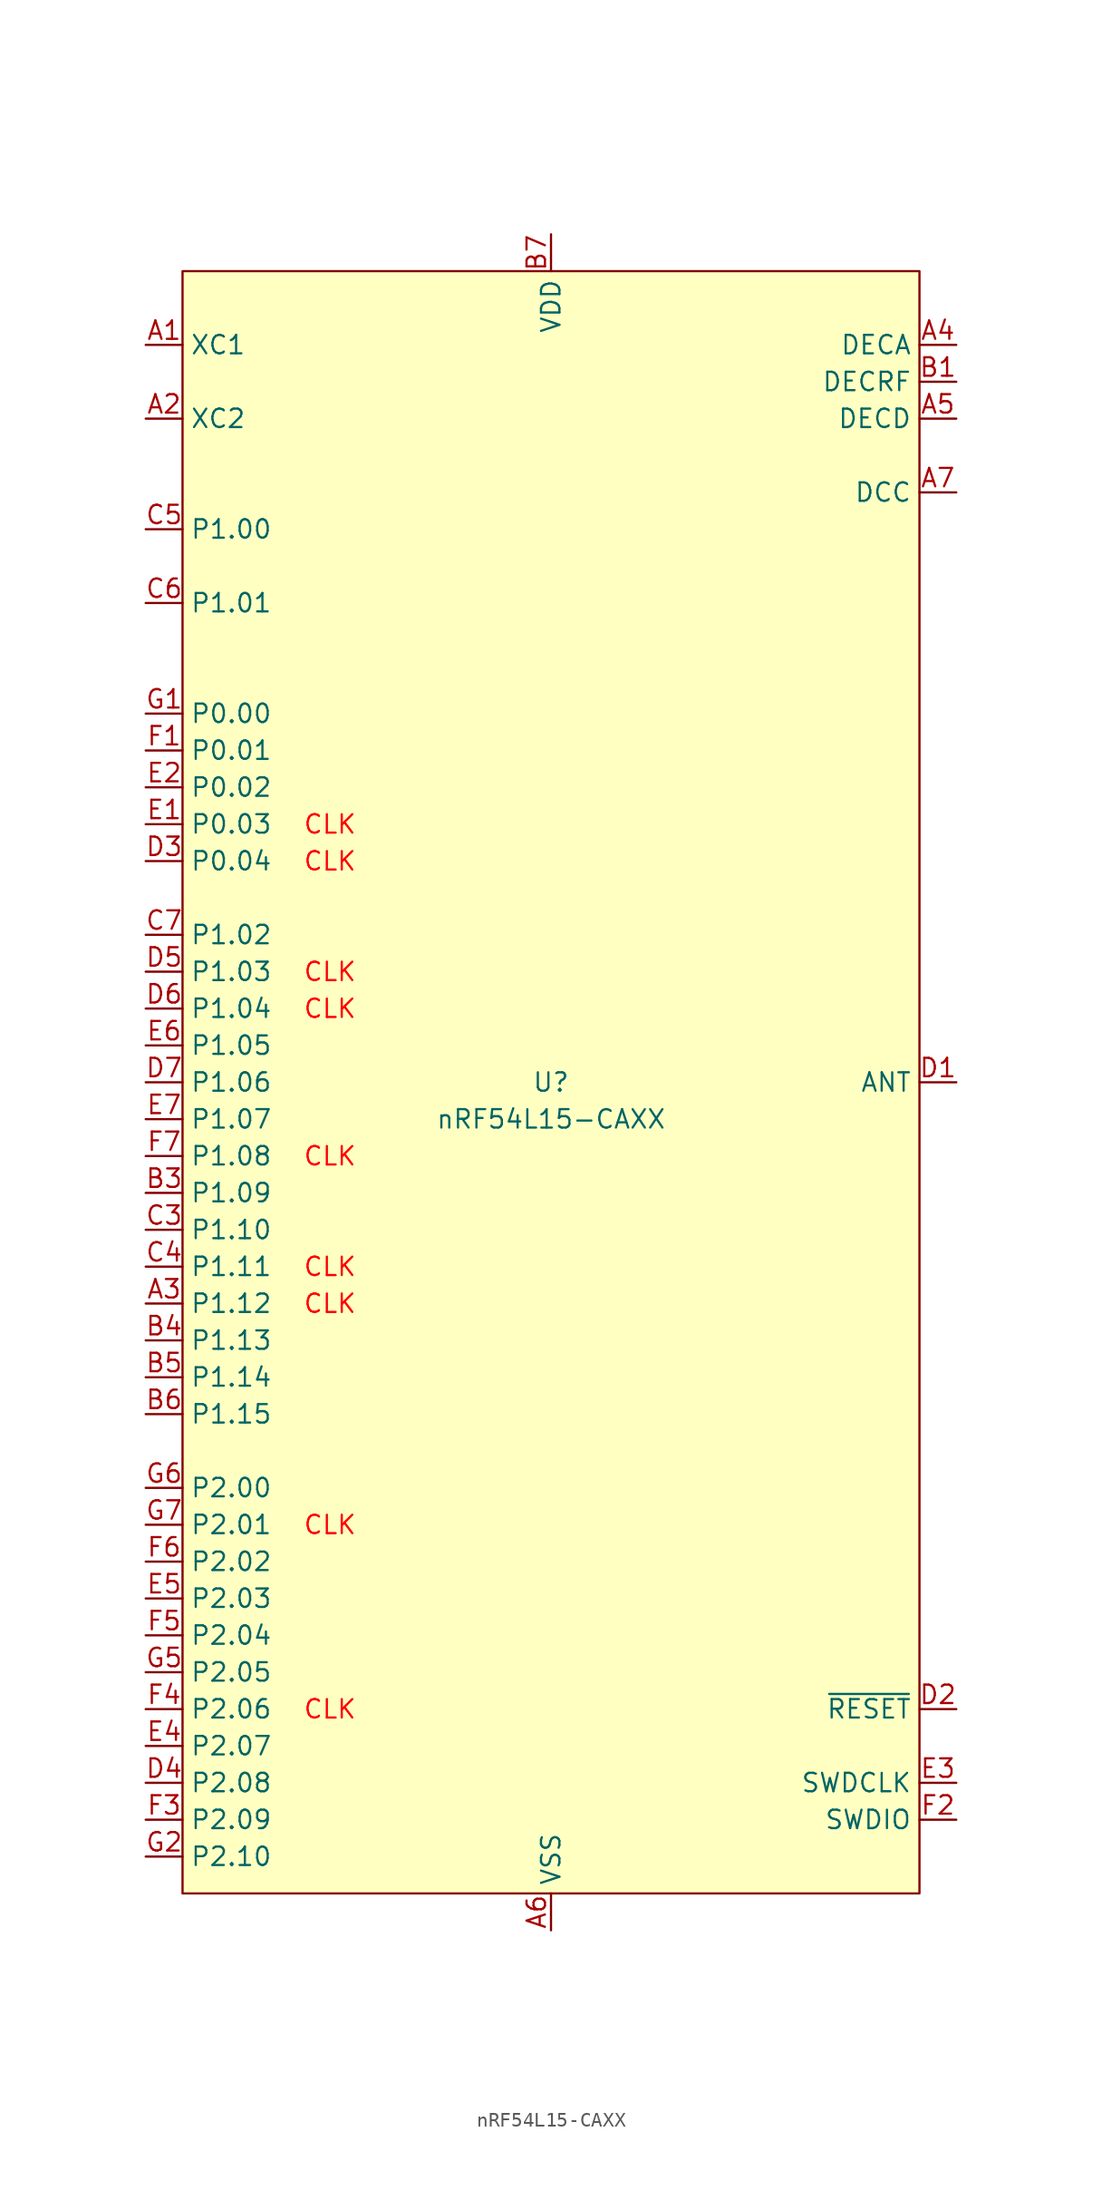
<source format=kicad_sym>
(kicad_symbol_lib
  (version 20241209)
  (generator "kicad_symbol_editor")
  (generator_version "9.0")
  (symbol "nRF54L15-CAXX"
    (property "Reference" "U"
      (at 0 0 0)
      (effects (font (size 1.27 1.27))))
    (property "Value" "nRF54L15-CAXX"
      (at 0 -2.54 0)
      (effects (font (size 1.27 1.27))))
    (symbol "nRF54L15-CAXX_1_0"
      (pin bidirectional line (at -27.94 50.8 0) (length 2.54) (name "XC1" (effects (font (size 1.27 1.27)))) (number "A1" (effects (font (size 1.27 1.27)))))
      (pin bidirectional line (at -27.94 45.72 0) (length 2.54) (name "XC2" (effects (font (size 1.27 1.27)))) (number "A2" (effects (font (size 1.27 1.27)))))
      (pin bidirectional line (at -27.94 38.1 0) (length 2.54) (name "P1.00" (effects (font (size 1.27 1.27)))) (number "C5" (effects (font (size 1.27 1.27)))) (alternate "XL1" bidirectional line))
      (pin bidirectional line (at -27.94 33.02 0) (length 2.54) (name "P1.01" (effects (font (size 1.27 1.27)))) (number "C6" (effects (font (size 1.27 1.27)))) (alternate "XL2" bidirectional line))
      (pin bidirectional line (at -27.94 25.4 0) (length 2.54) (name "P0.00" (effects (font (size 1.27 1.27)))) (number "G1" (effects (font (size 1.27 1.27)))))
      (pin bidirectional line (at -27.94 22.86 0) (length 2.54) (name "P0.01" (effects (font (size 1.27 1.27)))) (number "F1" (effects (font (size 1.27 1.27)))))
      (pin bidirectional line (at -27.94 20.32 0) (length 2.54) (name "P0.02" (effects (font (size 1.27 1.27)))) (number "E2" (effects (font (size 1.27 1.27)))))
      (pin bidirectional line (at -27.94 17.78 0) (length 2.54) (name "P0.03" (effects (font (size 1.27 1.27)))) (number "E1" (effects (font (size 1.27 1.27)))) (alternate "GRTCPWM" output line))
      (pin bidirectional line (at -27.94 15.24 0) (length 2.54) (name "P0.04" (effects (font (size 1.27 1.27)))) (number "D3" (effects (font (size 1.27 1.27)))) (alternate "GRTCLFCLKOUT" output line))
      (pin bidirectional line (at -27.94 10.16 0) (length 2.54) (name "P1.02" (effects (font (size 1.27 1.27)))) (number "C7" (effects (font (size 1.27 1.27)))) (alternate "NFC1" bidirectional line))
      (pin bidirectional line (at -27.94 7.62 0) (length 2.54) (name "P1.03" (effects (font (size 1.27 1.27)))) (number "D5" (effects (font (size 1.27 1.27)))) (alternate "NFC2" bidirectional line))
      (pin bidirectional line (at -27.94 5.08 0) (length 2.54) (name "P1.04" (effects (font (size 1.27 1.27)))) (number "D6" (effects (font (size 1.27 1.27)))) (alternate "AIN0" input line) (alternate "ASO[0]" output line))
      (pin bidirectional line (at -27.94 2.54 0) (length 2.54) (name "P1.05" (effects (font (size 1.27 1.27)))) (number "E6" (effects (font (size 1.27 1.27)))) (alternate "AIN1" bidirectional line) (alternate "ASI[0]" input line))
      (pin bidirectional line (at -27.94 0 0) (length 2.54) (name "P1.06" (effects (font (size 1.27 1.27)))) (number "D7" (effects (font (size 1.27 1.27)))) (alternate "AIN2" input line) (alternate "ASO[1]" output line))
      (pin bidirectional line (at -27.94 -2.54 0) (length 2.54) (name "P1.07" (effects (font (size 1.27 1.27)))) (number "E7" (effects (font (size 1.27 1.27)))) (alternate "AIN3" input line) (alternate "ASI[1]" input line))
      (pin bidirectional line (at -27.94 -5.08 0) (length 2.54) (name "P1.08" (effects (font (size 1.27 1.27)))) (number "F7" (effects (font (size 1.27 1.27)))) (alternate "EXTREF" input line) (alternate "GRTCHFOUT" output line) (alternate "TAMPC.EXT" bidirectional line))
      (pin bidirectional line (at -27.94 -7.62 0) (length 2.54) (name "P1.09" (effects (font (size 1.27 1.27)))) (number "B3" (effects (font (size 1.27 1.27)))) (alternate "ASO[2]" output line) (alternate "RADIO[0]" bidirectional line))
      (pin bidirectional line (at -27.94 -10.16 0) (length 2.54) (name "P1.10" (effects (font (size 1.27 1.27)))) (number "C3" (effects (font (size 1.27 1.27)))) (alternate "ASI[2]" input line) (alternate "RADIO[1]" bidirectional line))
      (pin bidirectional line (at -27.94 -12.7 0) (length 2.54) (name "P1.11" (effects (font (size 1.27 1.27)))) (number "C4" (effects (font (size 1.27 1.27)))) (alternate "AIN4" input line) (alternate "ASO[3]" output line))
      (pin bidirectional line (at -27.94 -15.24 0) (length 2.54) (name "P1.12" (effects (font (size 1.27 1.27)))) (number "A3" (effects (font (size 1.27 1.27)))) (alternate "AIN5" input line) (alternate "ASI[3]" input line) (alternate "RADIO[3]" bidirectional line))
      (pin bidirectional line (at -27.94 -17.78 0) (length 2.54) (name "P1.13" (effects (font (size 1.27 1.27)))) (number "B4" (effects (font (size 1.27 1.27)))) (alternate "AIN6" input line))
      (pin bidirectional line (at -27.94 -20.32 0) (length 2.54) (name "P1.14" (effects (font (size 1.27 1.27)))) (number "B5" (effects (font (size 1.27 1.27)))) (alternate "AIN7" input line) (alternate "RADIO[5]" bidirectional line))
      (pin bidirectional line (at -27.94 -22.86 0) (length 2.54) (name "P1.15" (effects (font (size 1.27 1.27)))) (number "B6" (effects (font (size 1.27 1.27)))))
      (pin bidirectional line (at -27.94 -27.94 0) (length 2.54) (name "P2.00" (effects (font (size 1.27 1.27)))) (number "G6" (effects (font (size 1.27 1.27)))) (alternate "QSPI_D3" bidirectional line) (alternate "SPIM_DCX" output line) (alternate "UARTE_RXD" input line))
      (pin bidirectional line (at -27.94 -30.48 0) (length 2.54) (name "P2.01" (effects (font (size 1.27 1.27)))) (number "G7" (effects (font (size 1.27 1.27)))) (alternate "QSPI_SCK" output line) (alternate "SPIM_SCK" output line) (alternate "SPIS_SCK" output line))
      (pin bidirectional line (at -27.94 -33.02 0) (length 2.54) (name "P2.02" (effects (font (size 1.27 1.27)))) (number "F6" (effects (font (size 1.27 1.27)))) (alternate "QSPI_D0" bidirectional line) (alternate "SPIM_MOSI" output line) (alternate "SPIS_MISO" output line) (alternate "SWO" output line) (alternate "UARTE_TXD" output line))
      (pin bidirectional line (at -27.94 -35.56 0) (length 2.54) (name "P2.03" (effects (font (size 1.27 1.27)))) (number "E5" (effects (font (size 1.27 1.27)))) (alternate "QSPI_D2" bidirectional line))
      (pin bidirectional line (at -27.94 -38.1 0) (length 2.54) (name "P2.04" (effects (font (size 1.27 1.27)))) (number "F5" (effects (font (size 1.27 1.27)))) (alternate "QSPI_D1" bidirectional line) (alternate "SPIM_MISO" input line) (alternate "SPIS_MOSI" input line) (alternate "UARTE_CTS" input line))
      (pin bidirectional line (at -27.94 -40.64 0) (length 2.54) (name "P2.05" (effects (font (size 1.27 1.27)))) (number "G5" (effects (font (size 1.27 1.27)))) (alternate "QSPI_CS" output line) (alternate "SPIM_CS" output line) (alternate "UARTE_RTS" output line))
      (pin bidirectional line (at -27.94 -43.18 0) (length 2.54) (name "P2.06" (effects (font (size 1.27 1.27)))) (number "F4" (effects (font (size 1.27 1.27)))) (alternate "SPIM_SCK" output line) (alternate "SPIS_SCK" input line) (alternate "TRACE_CLK" input line))
      (pin bidirectional line (at -27.94 -45.72 0) (length 2.54) (name "P2.07" (effects (font (size 1.27 1.27)))) (number "E4" (effects (font (size 1.27 1.27)))) (alternate "SPIM_DCX" output line) (alternate "SWO" output line) (alternate "TRACEDATA[0]" output line) (alternate "UARTE_RXD" input line))
      (pin bidirectional line (at -27.94 -48.26 0) (length 2.54) (name "P2.08" (effects (font (size 1.27 1.27)))) (number "D4" (effects (font (size 1.27 1.27)))) (alternate "SPIM_MOSI" output line) (alternate "SPIS_MISO" input line) (alternate "TRACEDATA[1]" output line) (alternate "UARTE_TXD" output line))
      (pin bidirectional line (at -27.94 -50.8 0) (length 2.54) (name "P2.09" (effects (font (size 1.27 1.27)))) (number "F3" (effects (font (size 1.27 1.27)))) (alternate "SPIM_MISO" input line) (alternate "SPIS_MOSI" input line) (alternate "TRACEDATA[2]" output line) (alternate "UARTE_CTS" input line))
      (pin bidirectional line (at -27.94 -53.34 0) (length 2.54) (name "P2.10" (effects (font (size 1.27 1.27)))) (number "G2" (effects (font (size 1.27 1.27)))) (alternate "SPIM_CS" output line) (alternate "TRACEDATA[3]" output line) (alternate "UARTE_RTS" output line))
      (pin power_in line (at 0 58.42 270) (length 2.54) (name "VDD" (effects (font (size 1.27 1.27)))) (number "B7" (effects (font (size 1.27 1.27)))))
      (pin passive line (at 0 58.42 270) (length 2.54) (hide yes) (name "VDD" (effects (font (size 1.27 1.27)))) (number "G3" (effects (font (size 1.27 1.27)))))
      (pin power_in line (at 0 -58.42 90) (length 2.54) (name "VSS" (effects (font (size 1.27 1.27)))) (number "A6" (effects (font (size 1.27 1.27)))))
      (pin passive line (at 0 -58.42 90) (length 2.54) (hide yes) (name "VSS_PA" (effects (font (size 1.27 1.27)))) (number "C2" (effects (font (size 1.27 1.27)))))
      (pin passive line (at 0 -58.42 90) (length 2.54) (hide yes) (name "VSS" (effects (font (size 1.27 1.27)))) (number "G4" (effects (font (size 1.27 1.27)))))
      (pin passive line (at 27.94 50.8 180) (length 2.54) (name "DECA" (effects (font (size 1.27 1.27)))) (number "A4" (effects (font (size 1.27 1.27)))))
      (pin passive line (at 27.94 45.72 180) (length 2.54) (name "DECD" (effects (font (size 1.27 1.27)))) (number "A5" (effects (font (size 1.27 1.27)))))
      (pin power_out line (at 27.94 40.64 180) (length 2.54) (name "DCC" (effects (font (size 1.27 1.27)))) (number "A7" (effects (font (size 1.27 1.27)))))
      (pin output line (at 27.94 0 180) (length 2.54) (name "ANT" (effects (font (size 1.27 1.27)))) (number "D1" (effects (font (size 1.27 1.27)))))
      (pin input line (at 27.94 -43.18 180) (length 2.54) (name "~{RESET}" (effects (font (size 1.27 1.27)))) (number "D2" (effects (font (size 1.27 1.27)))))
      (pin input line (at 27.94 -48.26 180) (length 2.54) (name "SWDCLK" (effects (font (size 1.27 1.27)))) (number "E3" (effects (font (size 1.27 1.27)))))
      (pin bidirectional line (at 27.94 -50.8 180) (length 2.54) (name "SWDIO" (effects (font (size 1.27 1.27)))) (number "F2" (effects (font (size 1.27 1.27))))))
    (symbol "nRF54L15-CAXX_1_1"
      (rectangle (start -25.4 55.88) (end 25.4 -55.88) (stroke (width 0) (type default)) (fill (type background)))
      (text "CLK" (at -15.24 17.78 0) (effects (font (size 1.27 1.27) (color 255 0 0 1))))
      (text "CLK" (at -15.24 15.24 0) (effects (font (size 1.27 1.27) (color 255 0 0 1))))
      (text "CLK" (at -15.24 7.62 0) (effects (font (size 1.27 1.27) (color 255 0 0 1))))
      (text "CLK" (at -15.24 5.08 0) (effects (font (size 1.27 1.27) (color 255 0 0 1))))
      (text "CLK" (at -15.24 -5.08 0) (effects (font (size 1.27 1.27) (color 255 0 0 1))))
      (text "CLK" (at -15.24 -12.7 0) (effects (font (size 1.27 1.27) (color 255 0 0 1))))
      (text "CLK" (at -15.24 -15.24 0) (effects (font (size 1.27 1.27) (color 255 0 0 1))))
      (text "CLK" (at -15.24 -30.48 0) (effects (font (size 1.27 1.27) (color 255 0 0 1))))
      (text "CLK" (at -15.24 -43.18 0) (effects (font (size 1.27 1.27) (color 255 0 0 1))))
      (pin passive line (at 27.94 48.26 180) (length 2.54) (name "DECRF" (effects (font (size 1.27 1.27)))) (number "B1" (effects (font (size 1.27 1.27))))))))
</source>
